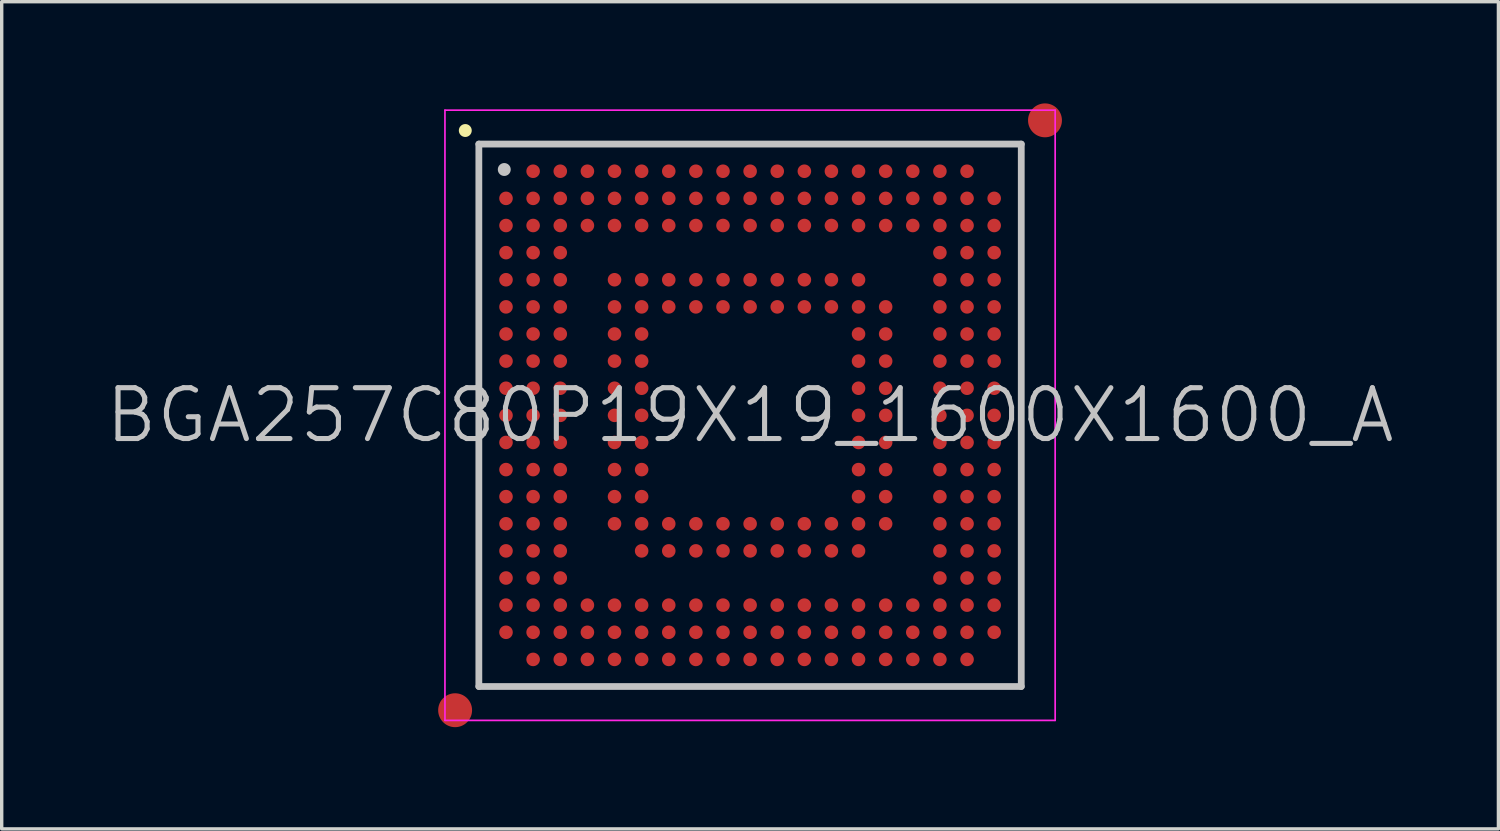
<source format=kicad_pcb>
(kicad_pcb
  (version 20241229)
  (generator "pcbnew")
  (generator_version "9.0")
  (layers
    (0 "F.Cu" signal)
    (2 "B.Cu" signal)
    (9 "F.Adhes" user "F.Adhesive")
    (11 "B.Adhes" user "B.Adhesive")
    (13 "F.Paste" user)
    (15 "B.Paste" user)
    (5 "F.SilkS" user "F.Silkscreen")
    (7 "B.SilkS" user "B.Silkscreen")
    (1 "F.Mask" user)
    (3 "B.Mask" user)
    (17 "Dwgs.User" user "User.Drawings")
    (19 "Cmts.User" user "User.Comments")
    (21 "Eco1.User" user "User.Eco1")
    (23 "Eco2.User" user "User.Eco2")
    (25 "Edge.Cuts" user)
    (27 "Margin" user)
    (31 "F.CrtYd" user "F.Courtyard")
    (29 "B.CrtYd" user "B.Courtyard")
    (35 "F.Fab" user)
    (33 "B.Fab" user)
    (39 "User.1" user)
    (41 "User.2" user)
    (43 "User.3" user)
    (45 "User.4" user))
  (footprint "BGA257C80P19X19_1600X1600_A"
    (layer "F.Cu")
    (at 19.075 9.2)
    (property "Reference" "BGA257C80P19X19_1600X1600_A" (at 0 0 0) (layer "Dwgs.User") (effects (font (size 1.5 1.5) (thickness 0.15))))
    (attr smd)
    (fp_line (start -8.4 -8.4) (end -8.4 -8.4) (stroke (width 0.381) (type solid)) (layer "F.SilkS"))
    (fp_line (start -8 -8) (end -8 8) (stroke (width 0.2) (type solid)) (layer "Dwgs.User"))
    (fp_line (start -8 -8) (end 8 -8) (stroke (width 0.2) (type solid)) (layer "Dwgs.User"))
    (fp_line (start -8 8) (end 8 8) (stroke (width 0.2) (type solid)) (layer "Dwgs.User"))
    (fp_line (start -7.25 -7.25) (end -7.25 -7.25) (stroke (width 0.381) (type solid)) (layer "Dwgs.User"))
    (fp_line (start 8 -8) (end 8 8) (stroke (width 0.2) (type solid)) (layer "Dwgs.User"))
    (fp_line (start -9 -9) (end -9 9) (stroke (width 0.05) (type solid)) (layer "F.CrtYd"))
    (fp_line (start -9 -9) (end 9 -9) (stroke (width 0.05) (type solid)) (layer "F.CrtYd"))
    (fp_line (start -9 9) (end 9 9) (stroke (width 0.05) (type solid)) (layer "F.CrtYd"))
    (fp_line (start 9 -9) (end 9 9) (stroke (width 0.05) (type solid)) (layer "F.CrtYd"))
    (pad "" smd circle (at -8.7 8.7) (size 1 1) (layers "F.Cu" "F.Mask"))
    (pad "" smd circle (at 8.7 -8.7) (size 1 1) (layers "F.Cu" "F.Mask"))
    (pad "A2" smd circle (at -6.399 -7.199) (size 0.4 0.4) (layers "F.Cu" "F.Mask" "F.Paste"))
    (pad "A3" smd circle (at -5.598 -7.199) (size 0.4 0.4) (layers "F.Cu" "F.Mask" "F.Paste"))
    (pad "A4" smd circle (at -4.798 -7.199) (size 0.4 0.4) (layers "F.Cu" "F.Mask" "F.Paste"))
    (pad "A5" smd circle (at -3.998 -7.199) (size 0.4 0.4) (layers "F.Cu" "F.Mask" "F.Paste"))
    (pad "A6" smd circle (at -3.198 -7.199) (size 0.4 0.4) (layers "F.Cu" "F.Mask" "F.Paste"))
    (pad "A7" smd circle (at -2.398 -7.199) (size 0.4 0.4) (layers "F.Cu" "F.Mask" "F.Paste"))
    (pad "A8" smd circle (at -1.598 -7.199) (size 0.4 0.4) (layers "F.Cu" "F.Mask" "F.Paste"))
    (pad "A9" smd circle (at -0.798 -7.199) (size 0.4 0.4) (layers "F.Cu" "F.Mask" "F.Paste"))
    (pad "A10" smd circle (at 0.002 -7.199) (size 0.4 0.4) (layers "F.Cu" "F.Mask" "F.Paste"))
    (pad "A11" smd circle (at 0.802 -7.199) (size 0.4 0.4) (layers "F.Cu" "F.Mask" "F.Paste"))
    (pad "A12" smd circle (at 1.602 -7.199) (size 0.4 0.4) (layers "F.Cu" "F.Mask" "F.Paste"))
    (pad "A13" smd circle (at 2.4 -7.199) (size 0.4 0.4) (layers "F.Cu" "F.Mask" "F.Paste"))
    (pad "A14" smd circle (at 3.2 -7.199) (size 0.4 0.4) (layers "F.Cu" "F.Mask" "F.Paste"))
    (pad "A15" smd circle (at 4 -7.199) (size 0.4 0.4) (layers "F.Cu" "F.Mask" "F.Paste"))
    (pad "A16" smd circle (at 4.8 -7.199) (size 0.4 0.4) (layers "F.Cu" "F.Mask" "F.Paste"))
    (pad "A17" smd circle (at 5.6 -7.199) (size 0.4 0.4) (layers "F.Cu" "F.Mask" "F.Paste"))
    (pad "A18" smd circle (at 6.401 -7.199) (size 0.4 0.4) (layers "F.Cu" "F.Mask" "F.Paste"))
    (pad "B1" smd circle (at -7.199 -6.399) (size 0.4 0.4) (layers "F.Cu" "F.Mask" "F.Paste"))
    (pad "B2" smd circle (at -6.399 -6.399) (size 0.4 0.4) (layers "F.Cu" "F.Mask" "F.Paste"))
    (pad "B3" smd circle (at -5.598 -6.399) (size 0.4 0.4) (layers "F.Cu" "F.Mask" "F.Paste"))
    (pad "B4" smd circle (at -4.798 -6.399) (size 0.4 0.4) (layers "F.Cu" "F.Mask" "F.Paste"))
    (pad "B5" smd circle (at -3.998 -6.399) (size 0.4 0.4) (layers "F.Cu" "F.Mask" "F.Paste"))
    (pad "B6" smd circle (at -3.198 -6.399) (size 0.4 0.4) (layers "F.Cu" "F.Mask" "F.Paste"))
    (pad "B7" smd circle (at -2.398 -6.399) (size 0.4 0.4) (layers "F.Cu" "F.Mask" "F.Paste"))
    (pad "B8" smd circle (at -1.598 -6.399) (size 0.4 0.4) (layers "F.Cu" "F.Mask" "F.Paste"))
    (pad "B9" smd circle (at -0.798 -6.399) (size 0.4 0.4) (layers "F.Cu" "F.Mask" "F.Paste"))
    (pad "B10" smd circle (at 0.002 -6.399) (size 0.4 0.4) (layers "F.Cu" "F.Mask" "F.Paste"))
    (pad "B11" smd circle (at 0.802 -6.399) (size 0.4 0.4) (layers "F.Cu" "F.Mask" "F.Paste"))
    (pad "B12" smd circle (at 1.602 -6.399) (size 0.4 0.4) (layers "F.Cu" "F.Mask" "F.Paste"))
    (pad "B13" smd circle (at 2.4 -6.399) (size 0.4 0.4) (layers "F.Cu" "F.Mask" "F.Paste"))
    (pad "B14" smd circle (at 3.2 -6.399) (size 0.4 0.4) (layers "F.Cu" "F.Mask" "F.Paste"))
    (pad "B15" smd circle (at 4 -6.399) (size 0.4 0.4) (layers "F.Cu" "F.Mask" "F.Paste"))
    (pad "B16" smd circle (at 4.8 -6.399) (size 0.4 0.4) (layers "F.Cu" "F.Mask" "F.Paste"))
    (pad "B17" smd circle (at 5.6 -6.399) (size 0.4 0.4) (layers "F.Cu" "F.Mask" "F.Paste"))
    (pad "B18" smd circle (at 6.401 -6.399) (size 0.4 0.4) (layers "F.Cu" "F.Mask" "F.Paste"))
    (pad "B19" smd circle (at 7.201 -6.399) (size 0.4 0.4) (layers "F.Cu" "F.Mask" "F.Paste"))
    (pad "C1" smd circle (at -7.199 -5.598) (size 0.4 0.4) (layers "F.Cu" "F.Mask" "F.Paste"))
    (pad "C2" smd circle (at -6.399 -5.598) (size 0.4 0.4) (layers "F.Cu" "F.Mask" "F.Paste"))
    (pad "C3" smd circle (at -5.598 -5.598) (size 0.4 0.4) (layers "F.Cu" "F.Mask" "F.Paste"))
    (pad "C4" smd circle (at -4.798 -5.598) (size 0.4 0.4) (layers "F.Cu" "F.Mask" "F.Paste"))
    (pad "C5" smd circle (at -3.998 -5.598) (size 0.4 0.4) (layers "F.Cu" "F.Mask" "F.Paste"))
    (pad "C6" smd circle (at -3.198 -5.598) (size 0.4 0.4) (layers "F.Cu" "F.Mask" "F.Paste"))
    (pad "C7" smd circle (at -2.398 -5.598) (size 0.4 0.4) (layers "F.Cu" "F.Mask" "F.Paste"))
    (pad "C8" smd circle (at -1.598 -5.598) (size 0.4 0.4) (layers "F.Cu" "F.Mask" "F.Paste"))
    (pad "C9" smd circle (at -0.798 -5.598) (size 0.4 0.4) (layers "F.Cu" "F.Mask" "F.Paste"))
    (pad "C10" smd circle (at 0.002 -5.598) (size 0.4 0.4) (layers "F.Cu" "F.Mask" "F.Paste"))
    (pad "C11" smd circle (at 0.802 -5.598) (size 0.4 0.4) (layers "F.Cu" "F.Mask" "F.Paste"))
    (pad "C12" smd circle (at 1.602 -5.598) (size 0.4 0.4) (layers "F.Cu" "F.Mask" "F.Paste"))
    (pad "C13" smd circle (at 2.4 -5.598) (size 0.4 0.4) (layers "F.Cu" "F.Mask" "F.Paste"))
    (pad "C14" smd circle (at 3.2 -5.598) (size 0.4 0.4) (layers "F.Cu" "F.Mask" "F.Paste"))
    (pad "C15" smd circle (at 4 -5.598) (size 0.4 0.4) (layers "F.Cu" "F.Mask" "F.Paste"))
    (pad "C16" smd circle (at 4.8 -5.598) (size 0.4 0.4) (layers "F.Cu" "F.Mask" "F.Paste"))
    (pad "C17" smd circle (at 5.6 -5.598) (size 0.4 0.4) (layers "F.Cu" "F.Mask" "F.Paste"))
    (pad "C18" smd circle (at 6.401 -5.598) (size 0.4 0.4) (layers "F.Cu" "F.Mask" "F.Paste"))
    (pad "C19" smd circle (at 7.201 -5.598) (size 0.4 0.4) (layers "F.Cu" "F.Mask" "F.Paste"))
    (pad "D1" smd circle (at -7.199 -4.798) (size 0.4 0.4) (layers "F.Cu" "F.Mask" "F.Paste"))
    (pad "D2" smd circle (at -6.399 -4.798) (size 0.4 0.4) (layers "F.Cu" "F.Mask" "F.Paste"))
    (pad "D3" smd circle (at -5.598 -4.798) (size 0.4 0.4) (layers "F.Cu" "F.Mask" "F.Paste"))
    (pad "D17" smd circle (at 5.6 -4.798) (size 0.4 0.4) (layers "F.Cu" "F.Mask" "F.Paste"))
    (pad "D18" smd circle (at 6.401 -4.798) (size 0.4 0.4) (layers "F.Cu" "F.Mask" "F.Paste"))
    (pad "D19" smd circle (at 7.201 -4.798) (size 0.4 0.4) (layers "F.Cu" "F.Mask" "F.Paste"))
    (pad "E1" smd circle (at -7.199 -3.998) (size 0.4 0.4) (layers "F.Cu" "F.Mask" "F.Paste"))
    (pad "E2" smd circle (at -6.399 -3.998) (size 0.4 0.4) (layers "F.Cu" "F.Mask" "F.Paste"))
    (pad "E3" smd circle (at -5.598 -3.998) (size 0.4 0.4) (layers "F.Cu" "F.Mask" "F.Paste"))
    (pad "E5" smd circle (at -3.998 -3.998) (size 0.4 0.4) (layers "F.Cu" "F.Mask" "F.Paste"))
    (pad "E6" smd circle (at -3.198 -3.998) (size 0.4 0.4) (layers "F.Cu" "F.Mask" "F.Paste"))
    (pad "E7" smd circle (at -2.398 -3.998) (size 0.4 0.4) (layers "F.Cu" "F.Mask" "F.Paste"))
    (pad "E8" smd circle (at -1.598 -3.998) (size 0.4 0.4) (layers "F.Cu" "F.Mask" "F.Paste"))
    (pad "E9" smd circle (at -0.798 -3.998) (size 0.4 0.4) (layers "F.Cu" "F.Mask" "F.Paste"))
    (pad "E10" smd circle (at 0.002 -3.998) (size 0.4 0.4) (layers "F.Cu" "F.Mask" "F.Paste"))
    (pad "E11" smd circle (at 0.802 -3.998) (size 0.4 0.4) (layers "F.Cu" "F.Mask" "F.Paste"))
    (pad "E12" smd circle (at 1.602 -3.998) (size 0.4 0.4) (layers "F.Cu" "F.Mask" "F.Paste"))
    (pad "E13" smd circle (at 2.4 -3.998) (size 0.4 0.4) (layers "F.Cu" "F.Mask" "F.Paste"))
    (pad "E14" smd circle (at 3.2 -3.998) (size 0.4 0.4) (layers "F.Cu" "F.Mask" "F.Paste"))
    (pad "E17" smd circle (at 5.6 -3.998) (size 0.4 0.4) (layers "F.Cu" "F.Mask" "F.Paste"))
    (pad "E18" smd circle (at 6.401 -3.998) (size 0.4 0.4) (layers "F.Cu" "F.Mask" "F.Paste"))
    (pad "E19" smd circle (at 7.201 -3.998) (size 0.4 0.4) (layers "F.Cu" "F.Mask" "F.Paste"))
    (pad "F1" smd circle (at -7.199 -3.198) (size 0.4 0.4) (layers "F.Cu" "F.Mask" "F.Paste"))
    (pad "F2" smd circle (at -6.399 -3.198) (size 0.4 0.4) (layers "F.Cu" "F.Mask" "F.Paste"))
    (pad "F3" smd circle (at -5.598 -3.198) (size 0.4 0.4) (layers "F.Cu" "F.Mask" "F.Paste"))
    (pad "F5" smd circle (at -3.998 -3.198) (size 0.4 0.4) (layers "F.Cu" "F.Mask" "F.Paste"))
    (pad "F6" smd circle (at -3.198 -3.198) (size 0.4 0.4) (layers "F.Cu" "F.Mask" "F.Paste"))
    (pad "F7" smd circle (at -2.398 -3.198) (size 0.4 0.4) (layers "F.Cu" "F.Mask" "F.Paste"))
    (pad "F8" smd circle (at -1.598 -3.198) (size 0.4 0.4) (layers "F.Cu" "F.Mask" "F.Paste"))
    (pad "F9" smd circle (at -0.798 -3.198) (size 0.4 0.4) (layers "F.Cu" "F.Mask" "F.Paste"))
    (pad "F10" smd circle (at 0.002 -3.198) (size 0.4 0.4) (layers "F.Cu" "F.Mask" "F.Paste"))
    (pad "F11" smd circle (at 0.802 -3.198) (size 0.4 0.4) (layers "F.Cu" "F.Mask" "F.Paste"))
    (pad "F12" smd circle (at 1.602 -3.198) (size 0.4 0.4) (layers "F.Cu" "F.Mask" "F.Paste"))
    (pad "F13" smd circle (at 2.4 -3.198) (size 0.4 0.4) (layers "F.Cu" "F.Mask" "F.Paste"))
    (pad "F14" smd circle (at 3.2 -3.198) (size 0.4 0.4) (layers "F.Cu" "F.Mask" "F.Paste"))
    (pad "F15" smd circle (at 4 -3.198) (size 0.4 0.4) (layers "F.Cu" "F.Mask" "F.Paste"))
    (pad "F17" smd circle (at 5.6 -3.198) (size 0.4 0.4) (layers "F.Cu" "F.Mask" "F.Paste"))
    (pad "F18" smd circle (at 6.401 -3.198) (size 0.4 0.4) (layers "F.Cu" "F.Mask" "F.Paste"))
    (pad "F19" smd circle (at 7.201 -3.198) (size 0.4 0.4) (layers "F.Cu" "F.Mask" "F.Paste"))
    (pad "G1" smd circle (at -7.199 -2.398) (size 0.4 0.4) (layers "F.Cu" "F.Mask" "F.Paste"))
    (pad "G2" smd circle (at -6.399 -2.398) (size 0.4 0.4) (layers "F.Cu" "F.Mask" "F.Paste"))
    (pad "G3" smd circle (at -5.598 -2.398) (size 0.4 0.4) (layers "F.Cu" "F.Mask" "F.Paste"))
    (pad "G5" smd circle (at -3.998 -2.398) (size 0.4 0.4) (layers "F.Cu" "F.Mask" "F.Paste"))
    (pad "G6" smd circle (at -3.198 -2.398) (size 0.4 0.4) (layers "F.Cu" "F.Mask" "F.Paste"))
    (pad "G14" smd circle (at 3.2 -2.398) (size 0.4 0.4) (layers "F.Cu" "F.Mask" "F.Paste"))
    (pad "G15" smd circle (at 4 -2.398) (size 0.4 0.4) (layers "F.Cu" "F.Mask" "F.Paste"))
    (pad "G17" smd circle (at 5.6 -2.398) (size 0.4 0.4) (layers "F.Cu" "F.Mask" "F.Paste"))
    (pad "G18" smd circle (at 6.401 -2.398) (size 0.4 0.4) (layers "F.Cu" "F.Mask" "F.Paste"))
    (pad "G19" smd circle (at 7.201 -2.398) (size 0.4 0.4) (layers "F.Cu" "F.Mask" "F.Paste"))
    (pad "H1" smd circle (at -7.199 -1.598) (size 0.4 0.4) (layers "F.Cu" "F.Mask" "F.Paste"))
    (pad "H2" smd circle (at -6.399 -1.598) (size 0.4 0.4) (layers "F.Cu" "F.Mask" "F.Paste"))
    (pad "H3" smd circle (at -5.598 -1.598) (size 0.4 0.4) (layers "F.Cu" "F.Mask" "F.Paste"))
    (pad "H5" smd circle (at -3.998 -1.598) (size 0.4 0.4) (layers "F.Cu" "F.Mask" "F.Paste"))
    (pad "H6" smd circle (at -3.198 -1.598) (size 0.4 0.4) (layers "F.Cu" "F.Mask" "F.Paste"))
    (pad "H14" smd circle (at 3.2 -1.598) (size 0.4 0.4) (layers "F.Cu" "F.Mask" "F.Paste"))
    (pad "H15" smd circle (at 4 -1.598) (size 0.4 0.4) (layers "F.Cu" "F.Mask" "F.Paste"))
    (pad "H17" smd circle (at 5.6 -1.598) (size 0.4 0.4) (layers "F.Cu" "F.Mask" "F.Paste"))
    (pad "H18" smd circle (at 6.401 -1.598) (size 0.4 0.4) (layers "F.Cu" "F.Mask" "F.Paste"))
    (pad "H19" smd circle (at 7.201 -1.598) (size 0.4 0.4) (layers "F.Cu" "F.Mask" "F.Paste"))
    (pad "J1" smd circle (at -7.199 -0.798) (size 0.4 0.4) (layers "F.Cu" "F.Mask" "F.Paste"))
    (pad "J2" smd circle (at -6.399 -0.798) (size 0.4 0.4) (layers "F.Cu" "F.Mask" "F.Paste"))
    (pad "J3" smd circle (at -5.598 -0.798) (size 0.4 0.4) (layers "F.Cu" "F.Mask" "F.Paste"))
    (pad "J5" smd circle (at -3.998 -0.798) (size 0.4 0.4) (layers "F.Cu" "F.Mask" "F.Paste"))
    (pad "J6" smd circle (at -3.198 -0.798) (size 0.4 0.4) (layers "F.Cu" "F.Mask" "F.Paste"))
    (pad "J14" smd circle (at 3.2 -0.798) (size 0.4 0.4) (layers "F.Cu" "F.Mask" "F.Paste"))
    (pad "J15" smd circle (at 4 -0.798) (size 0.4 0.4) (layers "F.Cu" "F.Mask" "F.Paste"))
    (pad "J17" smd circle (at 5.6 -0.798) (size 0.4 0.4) (layers "F.Cu" "F.Mask" "F.Paste"))
    (pad "J18" smd circle (at 6.401 -0.798) (size 0.4 0.4) (layers "F.Cu" "F.Mask" "F.Paste"))
    (pad "J19" smd circle (at 7.201 -0.798) (size 0.4 0.4) (layers "F.Cu" "F.Mask" "F.Paste"))
    (pad "K1" smd circle (at -7.199 0.002) (size 0.4 0.4) (layers "F.Cu" "F.Mask" "F.Paste"))
    (pad "K2" smd circle (at -6.399 0.002) (size 0.4 0.4) (layers "F.Cu" "F.Mask" "F.Paste"))
    (pad "K3" smd circle (at -5.598 0.002) (size 0.4 0.4) (layers "F.Cu" "F.Mask" "F.Paste"))
    (pad "K5" smd circle (at -3.998 0.002) (size 0.4 0.4) (layers "F.Cu" "F.Mask" "F.Paste"))
    (pad "K6" smd circle (at -3.198 0.002) (size 0.4 0.4) (layers "F.Cu" "F.Mask" "F.Paste"))
    (pad "K14" smd circle (at 3.2 0.002) (size 0.4 0.4) (layers "F.Cu" "F.Mask" "F.Paste"))
    (pad "K15" smd circle (at 4 0.002) (size 0.4 0.4) (layers "F.Cu" "F.Mask" "F.Paste"))
    (pad "K17" smd circle (at 5.6 0.002) (size 0.4 0.4) (layers "F.Cu" "F.Mask" "F.Paste"))
    (pad "K18" smd circle (at 6.401 0.002) (size 0.4 0.4) (layers "F.Cu" "F.Mask" "F.Paste"))
    (pad "K19" smd circle (at 7.201 0.002) (size 0.4 0.4) (layers "F.Cu" "F.Mask" "F.Paste"))
    (pad "L1" smd circle (at -7.199 0.802) (size 0.4 0.4) (layers "F.Cu" "F.Mask" "F.Paste"))
    (pad "L2" smd circle (at -6.399 0.802) (size 0.4 0.4) (layers "F.Cu" "F.Mask" "F.Paste"))
    (pad "L3" smd circle (at -5.598 0.802) (size 0.4 0.4) (layers "F.Cu" "F.Mask" "F.Paste"))
    (pad "L5" smd circle (at -3.998 0.802) (size 0.4 0.4) (layers "F.Cu" "F.Mask" "F.Paste"))
    (pad "L6" smd circle (at -3.198 0.802) (size 0.4 0.4) (layers "F.Cu" "F.Mask" "F.Paste"))
    (pad "L14" smd circle (at 3.2 0.802) (size 0.4 0.4) (layers "F.Cu" "F.Mask" "F.Paste"))
    (pad "L15" smd circle (at 4 0.802) (size 0.4 0.4) (layers "F.Cu" "F.Mask" "F.Paste"))
    (pad "L17" smd circle (at 5.6 0.802) (size 0.4 0.4) (layers "F.Cu" "F.Mask" "F.Paste"))
    (pad "L18" smd circle (at 6.401 0.802) (size 0.4 0.4) (layers "F.Cu" "F.Mask" "F.Paste"))
    (pad "L19" smd circle (at 7.201 0.802) (size 0.4 0.4) (layers "F.Cu" "F.Mask" "F.Paste"))
    (pad "M1" smd circle (at -7.199 1.602) (size 0.4 0.4) (layers "F.Cu" "F.Mask" "F.Paste"))
    (pad "M2" smd circle (at -6.399 1.602) (size 0.4 0.4) (layers "F.Cu" "F.Mask" "F.Paste"))
    (pad "M3" smd circle (at -5.598 1.602) (size 0.4 0.4) (layers "F.Cu" "F.Mask" "F.Paste"))
    (pad "M5" smd circle (at -3.998 1.602) (size 0.4 0.4) (layers "F.Cu" "F.Mask" "F.Paste"))
    (pad "M6" smd circle (at -3.198 1.602) (size 0.4 0.4) (layers "F.Cu" "F.Mask" "F.Paste"))
    (pad "M14" smd circle (at 3.2 1.602) (size 0.4 0.4) (layers "F.Cu" "F.Mask" "F.Paste"))
    (pad "M15" smd circle (at 4 1.602) (size 0.4 0.4) (layers "F.Cu" "F.Mask" "F.Paste"))
    (pad "M17" smd circle (at 5.6 1.602) (size 0.4 0.4) (layers "F.Cu" "F.Mask" "F.Paste"))
    (pad "M18" smd circle (at 6.401 1.602) (size 0.4 0.4) (layers "F.Cu" "F.Mask" "F.Paste"))
    (pad "M19" smd circle (at 7.201 1.602) (size 0.4 0.4) (layers "F.Cu" "F.Mask" "F.Paste"))
    (pad "N1" smd circle (at -7.199 2.4) (size 0.4 0.4) (layers "F.Cu" "F.Mask" "F.Paste"))
    (pad "N2" smd circle (at -6.399 2.4) (size 0.4 0.4) (layers "F.Cu" "F.Mask" "F.Paste"))
    (pad "N3" smd circle (at -5.598 2.4) (size 0.4 0.4) (layers "F.Cu" "F.Mask" "F.Paste"))
    (pad "N5" smd circle (at -3.998 2.4) (size 0.4 0.4) (layers "F.Cu" "F.Mask" "F.Paste"))
    (pad "N6" smd circle (at -3.198 2.4) (size 0.4 0.4) (layers "F.Cu" "F.Mask" "F.Paste"))
    (pad "N14" smd circle (at 3.2 2.4) (size 0.4 0.4) (layers "F.Cu" "F.Mask" "F.Paste"))
    (pad "N15" smd circle (at 4 2.4) (size 0.4 0.4) (layers "F.Cu" "F.Mask" "F.Paste"))
    (pad "N17" smd circle (at 5.6 2.4) (size 0.4 0.4) (layers "F.Cu" "F.Mask" "F.Paste"))
    (pad "N18" smd circle (at 6.401 2.4) (size 0.4 0.4) (layers "F.Cu" "F.Mask" "F.Paste"))
    (pad "N19" smd circle (at 7.201 2.4) (size 0.4 0.4) (layers "F.Cu" "F.Mask" "F.Paste"))
    (pad "P1" smd circle (at -7.199 3.2) (size 0.4 0.4) (layers "F.Cu" "F.Mask" "F.Paste"))
    (pad "P2" smd circle (at -6.399 3.2) (size 0.4 0.4) (layers "F.Cu" "F.Mask" "F.Paste"))
    (pad "P3" smd circle (at -5.598 3.2) (size 0.4 0.4) (layers "F.Cu" "F.Mask" "F.Paste"))
    (pad "P5" smd circle (at -3.998 3.2) (size 0.4 0.4) (layers "F.Cu" "F.Mask" "F.Paste"))
    (pad "P6" smd circle (at -3.198 3.2) (size 0.4 0.4) (layers "F.Cu" "F.Mask" "F.Paste"))
    (pad "P7" smd circle (at -2.398 3.2) (size 0.4 0.4) (layers "F.Cu" "F.Mask" "F.Paste"))
    (pad "P8" smd circle (at -1.598 3.2) (size 0.4 0.4) (layers "F.Cu" "F.Mask" "F.Paste"))
    (pad "P9" smd circle (at -0.798 3.2) (size 0.4 0.4) (layers "F.Cu" "F.Mask" "F.Paste"))
    (pad "P10" smd circle (at 0.002 3.2) (size 0.4 0.4) (layers "F.Cu" "F.Mask" "F.Paste"))
    (pad "P11" smd circle (at 0.802 3.2) (size 0.4 0.4) (layers "F.Cu" "F.Mask" "F.Paste"))
    (pad "P12" smd circle (at 1.602 3.2) (size 0.4 0.4) (layers "F.Cu" "F.Mask" "F.Paste"))
    (pad "P13" smd circle (at 2.4 3.2) (size 0.4 0.4) (layers "F.Cu" "F.Mask" "F.Paste"))
    (pad "P14" smd circle (at 3.2 3.2) (size 0.4 0.4) (layers "F.Cu" "F.Mask" "F.Paste"))
    (pad "P15" smd circle (at 4 3.2) (size 0.4 0.4) (layers "F.Cu" "F.Mask" "F.Paste"))
    (pad "P17" smd circle (at 5.6 3.2) (size 0.4 0.4) (layers "F.Cu" "F.Mask" "F.Paste"))
    (pad "P18" smd circle (at 6.401 3.2) (size 0.4 0.4) (layers "F.Cu" "F.Mask" "F.Paste"))
    (pad "P19" smd circle (at 7.201 3.2) (size 0.4 0.4) (layers "F.Cu" "F.Mask" "F.Paste"))
    (pad "R1" smd circle (at -7.199 4) (size 0.4 0.4) (layers "F.Cu" "F.Mask" "F.Paste"))
    (pad "R2" smd circle (at -6.399 4) (size 0.4 0.4) (layers "F.Cu" "F.Mask" "F.Paste"))
    (pad "R3" smd circle (at -5.598 4) (size 0.4 0.4) (layers "F.Cu" "F.Mask" "F.Paste"))
    (pad "R6" smd circle (at -3.198 4) (size 0.4 0.4) (layers "F.Cu" "F.Mask" "F.Paste"))
    (pad "R7" smd circle (at -2.398 4) (size 0.4 0.4) (layers "F.Cu" "F.Mask" "F.Paste"))
    (pad "R8" smd circle (at -1.598 4) (size 0.4 0.4) (layers "F.Cu" "F.Mask" "F.Paste"))
    (pad "R9" smd circle (at -0.798 4) (size 0.4 0.4) (layers "F.Cu" "F.Mask" "F.Paste"))
    (pad "R10" smd circle (at 0.002 4) (size 0.4 0.4) (layers "F.Cu" "F.Mask" "F.Paste"))
    (pad "R11" smd circle (at 0.802 4) (size 0.4 0.4) (layers "F.Cu" "F.Mask" "F.Paste"))
    (pad "R12" smd circle (at 1.602 4) (size 0.4 0.4) (layers "F.Cu" "F.Mask" "F.Paste"))
    (pad "R13" smd circle (at 2.4 4) (size 0.4 0.4) (layers "F.Cu" "F.Mask" "F.Paste"))
    (pad "R14" smd circle (at 3.2 4) (size 0.4 0.4) (layers "F.Cu" "F.Mask" "F.Paste"))
    (pad "R17" smd circle (at 5.6 4) (size 0.4 0.4) (layers "F.Cu" "F.Mask" "F.Paste"))
    (pad "R18" smd circle (at 6.401 4) (size 0.4 0.4) (layers "F.Cu" "F.Mask" "F.Paste"))
    (pad "R19" smd circle (at 7.201 4) (size 0.4 0.4) (layers "F.Cu" "F.Mask" "F.Paste"))
    (pad "T1" smd circle (at -7.199 4.8) (size 0.4 0.4) (layers "F.Cu" "F.Mask" "F.Paste"))
    (pad "T2" smd circle (at -6.399 4.8) (size 0.4 0.4) (layers "F.Cu" "F.Mask" "F.Paste"))
    (pad "T3" smd circle (at -5.598 4.8) (size 0.4 0.4) (layers "F.Cu" "F.Mask" "F.Paste"))
    (pad "T17" smd circle (at 5.6 4.8) (size 0.4 0.4) (layers "F.Cu" "F.Mask" "F.Paste"))
    (pad "T18" smd circle (at 6.401 4.8) (size 0.4 0.4) (layers "F.Cu" "F.Mask" "F.Paste"))
    (pad "T19" smd circle (at 7.201 4.8) (size 0.4 0.4) (layers "F.Cu" "F.Mask" "F.Paste"))
    (pad "U1" smd circle (at -7.199 5.6) (size 0.4 0.4) (layers "F.Cu" "F.Mask" "F.Paste"))
    (pad "U2" smd circle (at -6.399 5.6) (size 0.4 0.4) (layers "F.Cu" "F.Mask" "F.Paste"))
    (pad "U3" smd circle (at -5.598 5.6) (size 0.4 0.4) (layers "F.Cu" "F.Mask" "F.Paste"))
    (pad "U4" smd circle (at -4.798 5.6) (size 0.4 0.4) (layers "F.Cu" "F.Mask" "F.Paste"))
    (pad "U5" smd circle (at -3.998 5.6) (size 0.4 0.4) (layers "F.Cu" "F.Mask" "F.Paste"))
    (pad "U6" smd circle (at -3.198 5.6) (size 0.4 0.4) (layers "F.Cu" "F.Mask" "F.Paste"))
    (pad "U7" smd circle (at -2.398 5.6) (size 0.4 0.4) (layers "F.Cu" "F.Mask" "F.Paste"))
    (pad "U8" smd circle (at -1.598 5.6) (size 0.4 0.4) (layers "F.Cu" "F.Mask" "F.Paste"))
    (pad "U9" smd circle (at -0.798 5.6) (size 0.4 0.4) (layers "F.Cu" "F.Mask" "F.Paste"))
    (pad "U10" smd circle (at 0.002 5.6) (size 0.4 0.4) (layers "F.Cu" "F.Mask" "F.Paste"))
    (pad "U11" smd circle (at 0.802 5.6) (size 0.4 0.4) (layers "F.Cu" "F.Mask" "F.Paste"))
    (pad "U12" smd circle (at 1.602 5.6) (size 0.4 0.4) (layers "F.Cu" "F.Mask" "F.Paste"))
    (pad "U13" smd circle (at 2.4 5.6) (size 0.4 0.4) (layers "F.Cu" "F.Mask" "F.Paste"))
    (pad "U14" smd circle (at 3.2 5.6) (size 0.4 0.4) (layers "F.Cu" "F.Mask" "F.Paste"))
    (pad "U15" smd circle (at 4 5.6) (size 0.4 0.4) (layers "F.Cu" "F.Mask" "F.Paste"))
    (pad "U16" smd circle (at 4.8 5.6) (size 0.4 0.4) (layers "F.Cu" "F.Mask" "F.Paste"))
    (pad "U17" smd circle (at 5.6 5.6) (size 0.4 0.4) (layers "F.Cu" "F.Mask" "F.Paste"))
    (pad "U18" smd circle (at 6.401 5.6) (size 0.4 0.4) (layers "F.Cu" "F.Mask" "F.Paste"))
    (pad "U19" smd circle (at 7.201 5.6) (size 0.4 0.4) (layers "F.Cu" "F.Mask" "F.Paste"))
    (pad "V1" smd circle (at -7.199 6.401) (size 0.4 0.4) (layers "F.Cu" "F.Mask" "F.Paste"))
    (pad "V2" smd circle (at -6.399 6.401) (size 0.4 0.4) (layers "F.Cu" "F.Mask" "F.Paste"))
    (pad "V3" smd circle (at -5.598 6.401) (size 0.4 0.4) (layers "F.Cu" "F.Mask" "F.Paste"))
    (pad "V4" smd circle (at -4.798 6.401) (size 0.4 0.4) (layers "F.Cu" "F.Mask" "F.Paste"))
    (pad "V5" smd circle (at -3.998 6.401) (size 0.4 0.4) (layers "F.Cu" "F.Mask" "F.Paste"))
    (pad "V6" smd circle (at -3.198 6.401) (size 0.4 0.4) (layers "F.Cu" "F.Mask" "F.Paste"))
    (pad "V7" smd circle (at -2.398 6.401) (size 0.4 0.4) (layers "F.Cu" "F.Mask" "F.Paste"))
    (pad "V8" smd circle (at -1.598 6.401) (size 0.4 0.4) (layers "F.Cu" "F.Mask" "F.Paste"))
    (pad "V9" smd circle (at -0.798 6.401) (size 0.4 0.4) (layers "F.Cu" "F.Mask" "F.Paste"))
    (pad "V10" smd circle (at 0.002 6.401) (size 0.4 0.4) (layers "F.Cu" "F.Mask" "F.Paste"))
    (pad "V11" smd circle (at 0.802 6.401) (size 0.4 0.4) (layers "F.Cu" "F.Mask" "F.Paste"))
    (pad "V12" smd circle (at 1.602 6.401) (size 0.4 0.4) (layers "F.Cu" "F.Mask" "F.Paste"))
    (pad "V13" smd circle (at 2.4 6.401) (size 0.4 0.4) (layers "F.Cu" "F.Mask" "F.Paste"))
    (pad "V14" smd circle (at 3.2 6.401) (size 0.4 0.4) (layers "F.Cu" "F.Mask" "F.Paste"))
    (pad "V15" smd circle (at 4 6.401) (size 0.4 0.4) (layers "F.Cu" "F.Mask" "F.Paste"))
    (pad "V16" smd circle (at 4.8 6.401) (size 0.4 0.4) (layers "F.Cu" "F.Mask" "F.Paste"))
    (pad "V17" smd circle (at 5.6 6.401) (size 0.4 0.4) (layers "F.Cu" "F.Mask" "F.Paste"))
    (pad "V18" smd circle (at 6.401 6.401) (size 0.4 0.4) (layers "F.Cu" "F.Mask" "F.Paste"))
    (pad "V19" smd circle (at 7.201 6.401) (size 0.4 0.4) (layers "F.Cu" "F.Mask" "F.Paste"))
    (pad "W2" smd circle (at -6.399 7.201) (size 0.4 0.4) (layers "F.Cu" "F.Mask" "F.Paste"))
    (pad "W3" smd circle (at -5.598 7.201) (size 0.4 0.4) (layers "F.Cu" "F.Mask" "F.Paste"))
    (pad "W4" smd circle (at -4.798 7.201) (size 0.4 0.4) (layers "F.Cu" "F.Mask" "F.Paste"))
    (pad "W5" smd circle (at -3.998 7.201) (size 0.4 0.4) (layers "F.Cu" "F.Mask" "F.Paste"))
    (pad "W6" smd circle (at -3.198 7.201) (size 0.4 0.4) (layers "F.Cu" "F.Mask" "F.Paste"))
    (pad "W7" smd circle (at -2.398 7.201) (size 0.4 0.4) (layers "F.Cu" "F.Mask" "F.Paste"))
    (pad "W8" smd circle (at -1.598 7.201) (size 0.4 0.4) (layers "F.Cu" "F.Mask" "F.Paste"))
    (pad "W9" smd circle (at -0.798 7.201) (size 0.4 0.4) (layers "F.Cu" "F.Mask" "F.Paste"))
    (pad "W10" smd circle (at 0.002 7.201) (size 0.4 0.4) (layers "F.Cu" "F.Mask" "F.Paste"))
    (pad "W11" smd circle (at 0.802 7.201) (size 0.4 0.4) (layers "F.Cu" "F.Mask" "F.Paste"))
    (pad "W12" smd circle (at 1.602 7.201) (size 0.4 0.4) (layers "F.Cu" "F.Mask" "F.Paste"))
    (pad "W13" smd circle (at 2.4 7.201) (size 0.4 0.4) (layers "F.Cu" "F.Mask" "F.Paste"))
    (pad "W14" smd circle (at 3.2 7.201) (size 0.4 0.4) (layers "F.Cu" "F.Mask" "F.Paste"))
    (pad "W15" smd circle (at 4 7.201) (size 0.4 0.4) (layers "F.Cu" "F.Mask" "F.Paste"))
    (pad "W16" smd circle (at 4.8 7.201) (size 0.4 0.4) (layers "F.Cu" "F.Mask" "F.Paste"))
    (pad "W17" smd circle (at 5.6 7.201) (size 0.4 0.4) (layers "F.Cu" "F.Mask" "F.Paste"))
    (pad "W18" smd circle (at 6.401 7.201) (size 0.4 0.4) (layers "F.Cu" "F.Mask" "F.Paste")))
  (gr_rect
    (start -3 -3)
    (end 41.15 21.4)
    (stroke (width 0.1) (type default))
    (fill no)
    (layer "Edge.Cuts")))
</source>
